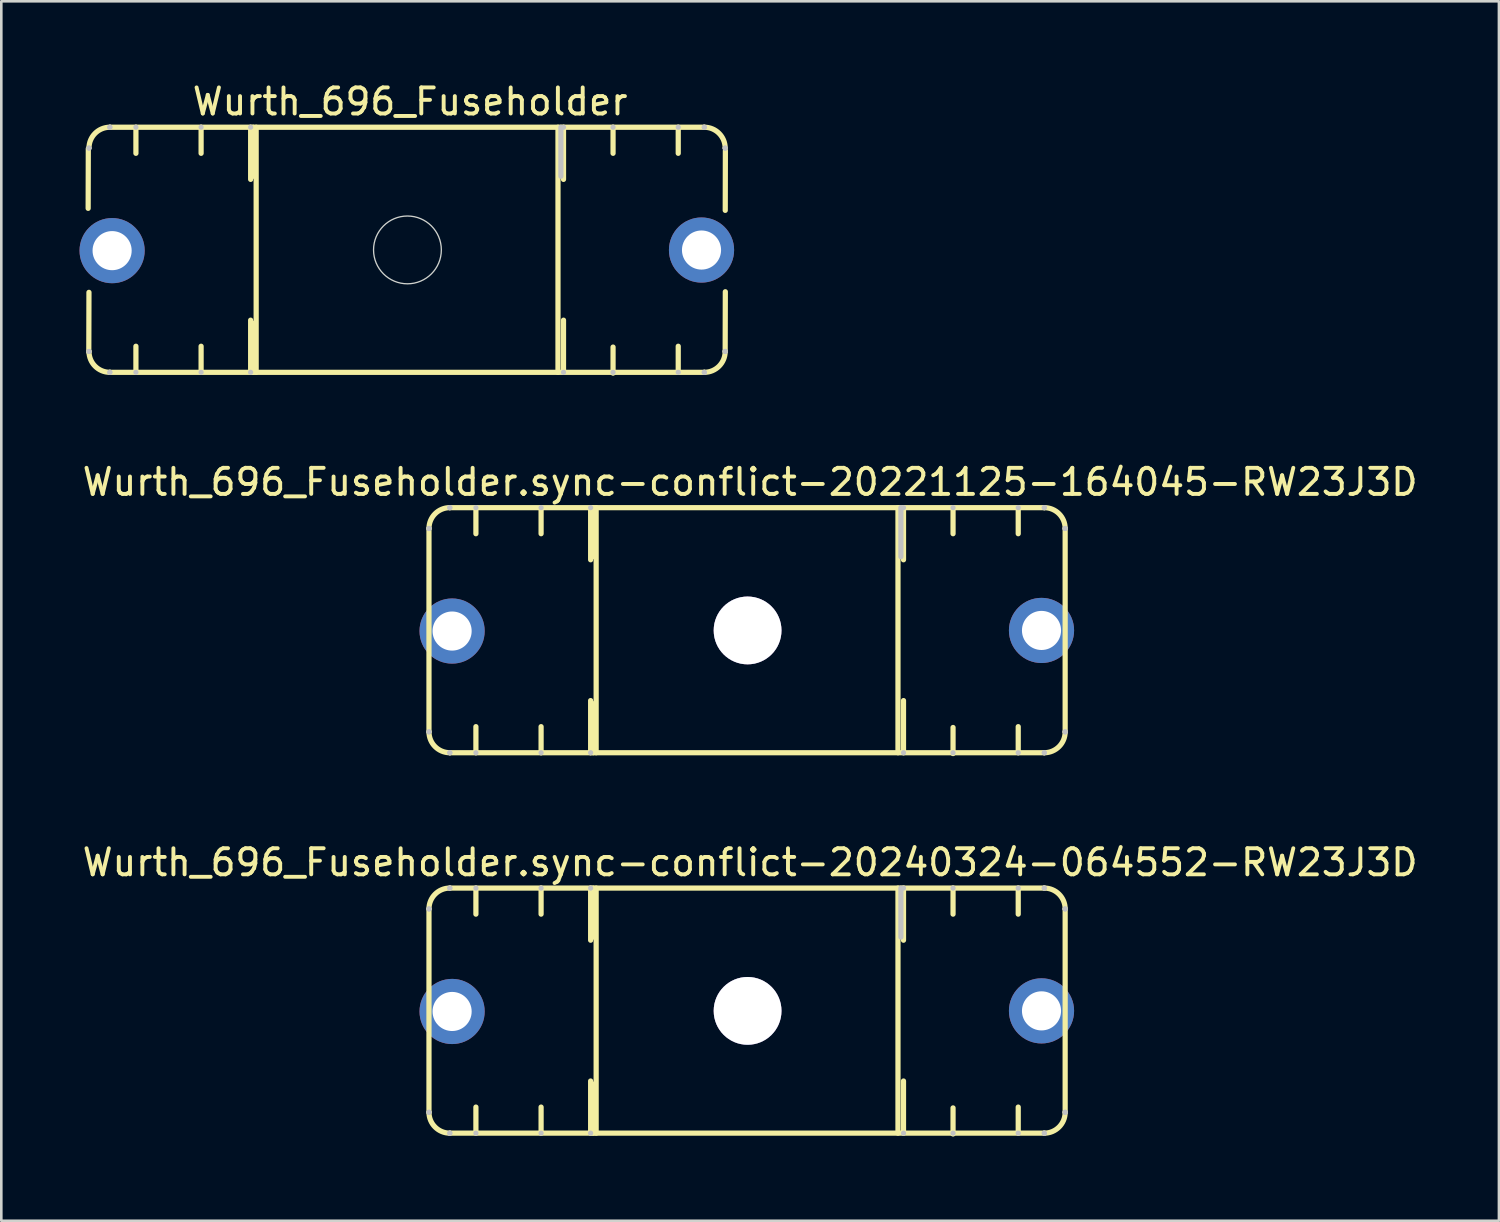
<source format=kicad_pcb>
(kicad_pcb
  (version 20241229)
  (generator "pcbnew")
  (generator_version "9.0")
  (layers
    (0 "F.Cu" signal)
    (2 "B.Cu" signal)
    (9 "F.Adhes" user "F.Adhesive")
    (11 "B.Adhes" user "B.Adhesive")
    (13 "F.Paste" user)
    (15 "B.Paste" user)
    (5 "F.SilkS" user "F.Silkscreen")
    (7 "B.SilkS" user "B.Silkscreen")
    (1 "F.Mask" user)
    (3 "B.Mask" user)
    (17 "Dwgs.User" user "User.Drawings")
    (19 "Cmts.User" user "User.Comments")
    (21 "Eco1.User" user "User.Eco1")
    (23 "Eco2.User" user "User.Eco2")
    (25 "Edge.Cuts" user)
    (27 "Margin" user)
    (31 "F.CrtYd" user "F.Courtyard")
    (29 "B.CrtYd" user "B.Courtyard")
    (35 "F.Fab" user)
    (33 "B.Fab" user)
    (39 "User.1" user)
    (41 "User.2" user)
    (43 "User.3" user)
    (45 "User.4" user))
  (footprint "Wurth_696_Fuseholder"
    (layer "F.Cu")
    (at 0.283 11.34)
    (property "Reference" "Wurth_696_Fuseholder" (at 12.397 -10.492 180) (layer "F.SilkS") (effects (font (size 1 1) (thickness 0.15))))
    (attr through_hole)
    (fp_line (start 0.054 -8.689) (end 0.048 -6.399) (stroke (width 0.2) (type solid)) (layer "F.SilkS"))
    (fp_line (start 0.079 -3.177) (end 0.073 -0.887) (stroke (width 0.2) (type solid)) (layer "F.SilkS"))
    (fp_line (start 0.88 -9.51) (end 23.68 -9.51) (stroke (width 0.2) (type solid)) (layer "F.SilkS"))
    (fp_line (start 0.88 -0.11) (end 23.68 -0.11) (stroke (width 0.2) (type solid)) (layer "F.SilkS"))
    (fp_line (start 1.88 -8.51) (end 1.88 -9.51) (stroke (width 0.2) (type solid)) (layer "F.SilkS"))
    (fp_line (start 1.88 -0.11) (end 1.88 -1.11) (stroke (width 0.2) (type solid)) (layer "F.SilkS"))
    (fp_line (start 4.38 -9.51) (end 4.38 -8.51) (stroke (width 0.2) (type solid)) (layer "F.SilkS"))
    (fp_line (start 4.38 -1.11) (end 4.38 -0.11) (stroke (width 0.2) (type solid)) (layer "F.SilkS"))
    (fp_line (start 6.28 -9.51) (end 6.28 -7.51) (stroke (width 0.2) (type solid)) (layer "F.SilkS"))
    (fp_line (start 6.28 -2.11) (end 6.28 -0.11) (stroke (width 0.2) (type solid)) (layer "F.SilkS"))
    (fp_line (start 6.38 -7.63) (end 6.38 -9.51) (stroke (width 0.2) (type solid)) (layer "F.SilkS"))
    (fp_line (start 6.38 -0.11) (end 6.38 -1.99) (stroke (width 0.2) (type solid)) (layer "F.SilkS"))
    (fp_line (start 6.492 -0.11) (end 6.492 -9.51) (stroke (width 0.2) (type solid)) (layer "F.SilkS"))
    (fp_line (start 18.068 -9.51) (end 18.068 -0.11) (stroke (width 0.2) (type solid)) (layer "F.SilkS"))
    (fp_line (start 18.28 -7.51) (end 18.28 -9.51) (stroke (width 0.2) (type solid)) (layer "F.SilkS"))
    (fp_line (start 18.28 -0.11) (end 18.28 -2.11) (stroke (width 0.2) (type solid)) (layer "F.SilkS"))
    (fp_line (start 20.18 -8.51) (end 20.18 -9.51) (stroke (width 0.2) (type solid)) (layer "F.SilkS"))
    (fp_line (start 20.18 -0.078) (end 20.18 -1.078) (stroke (width 0.2) (type solid)) (layer "F.SilkS"))
    (fp_line (start 22.68 -9.51) (end 22.68 -8.51) (stroke (width 0.2) (type solid)) (layer "F.SilkS"))
    (fp_line (start 22.68 -1.11) (end 22.68 -0.11) (stroke (width 0.2) (type solid)) (layer "F.SilkS"))
    (fp_line (start 24.486 -3.2) (end 24.48 -0.91) (stroke (width 0.2) (type solid)) (layer "F.SilkS"))
    (fp_line (start 24.488 -8.613) (end 24.483 -6.322) (stroke (width 0.2) (type solid)) (layer "F.SilkS"))
    (fp_arc (start 0.080001 -8.710001) (mid 0.314316 -9.275685) (end 0.880001 -9.509999) (stroke (width 0.2) (type solid)) (layer "F.SilkS"))
    (fp_arc (start 0.880001 -0.110001) (mid 0.314316 -0.344315) (end 0.080001 -0.909999) (stroke (width 0.2) (type solid)) (layer "F.SilkS"))
    (fp_arc (start 23.68 -9.51) (mid 24.245685 -9.275685) (end 24.48 -8.71) (stroke (width 0.2) (type solid)) (layer "F.SilkS"))
    (fp_arc (start 24.48 -0.91) (mid 24.245685 -0.344315) (end 23.68 -0.11) (stroke (width 0.2) (type solid)) (layer "F.SilkS"))
    (fp_line (start 0.08 -8.71) (end 0.08 -8.71) (stroke (width 0.2) (type solid)) (layer "Dwgs.User"))
    (fp_line (start 0.08 -8.71) (end 0.08 -8.71) (stroke (width 0.2) (type solid)) (layer "Dwgs.User"))
    (fp_line (start 0.08 -0.91) (end 0.08 -0.91) (stroke (width 0.2) (type solid)) (layer "Dwgs.User"))
    (fp_line (start 0.08 -0.91) (end 0.08 -0.91) (stroke (width 0.2) (type solid)) (layer "Dwgs.User"))
    (fp_line (start 0.88 -9.51) (end 0.88 -9.51) (stroke (width 0.2) (type solid)) (layer "Dwgs.User"))
    (fp_line (start 0.88 -9.51) (end 0.88 -9.51) (stroke (width 0.2) (type solid)) (layer "Dwgs.User"))
    (fp_line (start 0.88 -0.11) (end 0.88 -0.11) (stroke (width 0.2) (type solid)) (layer "Dwgs.User"))
    (fp_line (start 0.88 -0.11) (end 0.88 -0.11) (stroke (width 0.2) (type solid)) (layer "Dwgs.User"))
    (fp_line (start 1.88 -9.51) (end 1.88 -9.51) (stroke (width 0.2) (type solid)) (layer "Dwgs.User"))
    (fp_line (start 1.88 -0.11) (end 1.88 -0.11) (stroke (width 0.2) (type solid)) (layer "Dwgs.User"))
    (fp_line (start 4.38 -9.51) (end 4.38 -9.51) (stroke (width 0.2) (type solid)) (layer "Dwgs.User"))
    (fp_line (start 4.38 -0.11) (end 4.38 -0.11) (stroke (width 0.2) (type solid)) (layer "Dwgs.User"))
    (fp_line (start 6.28 -9.51) (end 6.28 -9.51) (stroke (width 0.2) (type solid)) (layer "Dwgs.User"))
    (fp_line (start 6.28 -0.11) (end 6.28 -0.11) (stroke (width 0.2) (type solid)) (layer "Dwgs.User"))
    (fp_line (start 18.18 -7.63) (end 18.18 -9.51) (stroke (width 0.2) (type solid)) (layer "Dwgs.User"))
    (fp_line (start 18.28 -9.51) (end 18.28 -9.51) (stroke (width 0.2) (type solid)) (layer "Dwgs.User"))
    (fp_line (start 18.28 -0.11) (end 18.28 -0.11) (stroke (width 0.2) (type solid)) (layer "Dwgs.User"))
    (fp_line (start 20.18 -9.51) (end 20.18 -9.51) (stroke (width 0.2) (type solid)) (layer "Dwgs.User"))
    (fp_line (start 20.18 -0.11) (end 20.18 -0.11) (stroke (width 0.2) (type solid)) (layer "Dwgs.User"))
    (fp_line (start 22.68 -9.51) (end 22.68 -9.51) (stroke (width 0.2) (type solid)) (layer "Dwgs.User"))
    (fp_line (start 22.68 -0.11) (end 22.68 -0.11) (stroke (width 0.2) (type solid)) (layer "Dwgs.User"))
    (fp_line (start 23.68 -9.51) (end 23.68 -9.51) (stroke (width 0.2) (type solid)) (layer "Dwgs.User"))
    (fp_line (start 23.68 -9.51) (end 23.68 -9.51) (stroke (width 0.2) (type solid)) (layer "Dwgs.User"))
    (fp_line (start 23.68 -0.11) (end 23.68 -0.11) (stroke (width 0.2) (type solid)) (layer "Dwgs.User"))
    (fp_line (start 23.68 -0.11) (end 23.68 -0.11) (stroke (width 0.2) (type solid)) (layer "Dwgs.User"))
    (fp_line (start 24.48 -8.71) (end 24.48 -8.71) (stroke (width 0.2) (type solid)) (layer "Dwgs.User"))
    (fp_line (start 24.48 -8.71) (end 24.48 -8.71) (stroke (width 0.2) (type solid)) (layer "Dwgs.User"))
    (fp_line (start 24.48 -0.91) (end 24.48 -0.91) (stroke (width 0.2) (type solid)) (layer "Dwgs.User"))
    (fp_line (start 24.48 -0.91) (end 24.48 -0.91) (stroke (width 0.2) (type solid)) (layer "Dwgs.User"))
    (fp_circle (center 12.294 -4.805) (end 13.594 -4.805) (stroke (width 0.05) (type default)) (fill no) (layer "Edge.Cuts"))
    (pad "1" thru_hole circle (at 0.967 -4.777) (size 2.5 2.5) (drill 1.5) (layers "*.Cu" "*.Mask"))
    (pad "2" thru_hole circle (at 23.573 -4.8) (size 2.5 2.5) (drill 1.5) (layers "*.Cu" "*.Mask")))
  (footprint "Wurth_696_Fuseholder.sync-conflict-20240324-064552-RW23J3D"
    (layer "F.Cu")
    (at 13.323 40.521)
    (property "Reference" "Wurth_696_Fuseholder.sync-conflict-20240324-064552-RW23J3D" (at 12.397 -10.492 0) (layer "F.SilkS") (effects (font (size 1 1) (thickness 0.15))))
    (attr through_hole)
    (fp_line (start 0.08 -0.91) (end 0.08 -8.71) (stroke (width 0.2) (type solid)) (layer "F.SilkS"))
    (fp_line (start 0.88 -9.51) (end 23.68 -9.51) (stroke (width 0.2) (type solid)) (layer "F.SilkS"))
    (fp_line (start 0.88 -0.11) (end 23.68 -0.11) (stroke (width 0.2) (type solid)) (layer "F.SilkS"))
    (fp_line (start 1.88 -8.51) (end 1.88 -9.51) (stroke (width 0.2) (type solid)) (layer "F.SilkS"))
    (fp_line (start 1.88 -0.11) (end 1.88 -1.11) (stroke (width 0.2) (type solid)) (layer "F.SilkS"))
    (fp_line (start 4.38 -9.51) (end 4.38 -8.51) (stroke (width 0.2) (type solid)) (layer "F.SilkS"))
    (fp_line (start 4.38 -1.11) (end 4.38 -0.11) (stroke (width 0.2) (type solid)) (layer "F.SilkS"))
    (fp_line (start 6.28 -9.51) (end 6.28 -7.51) (stroke (width 0.2) (type solid)) (layer "F.SilkS"))
    (fp_line (start 6.28 -2.11) (end 6.28 -0.11) (stroke (width 0.2) (type solid)) (layer "F.SilkS"))
    (fp_line (start 6.38 -7.63) (end 6.38 -9.51) (stroke (width 0.2) (type solid)) (layer "F.SilkS"))
    (fp_line (start 6.38 -0.11) (end 6.38 -1.99) (stroke (width 0.2) (type solid)) (layer "F.SilkS"))
    (fp_line (start 6.492 -0.11) (end 6.492 -9.51) (stroke (width 0.2) (type solid)) (layer "F.SilkS"))
    (fp_line (start 18.068 -9.51) (end 18.068 -0.11) (stroke (width 0.2) (type solid)) (layer "F.SilkS"))
    (fp_line (start 18.28 -7.51) (end 18.28 -9.51) (stroke (width 0.2) (type solid)) (layer "F.SilkS"))
    (fp_line (start 18.28 -0.11) (end 18.28 -2.11) (stroke (width 0.2) (type solid)) (layer "F.SilkS"))
    (fp_line (start 20.18 -8.51) (end 20.18 -9.51) (stroke (width 0.2) (type solid)) (layer "F.SilkS"))
    (fp_line (start 20.18 -0.078) (end 20.18 -1.078) (stroke (width 0.2) (type solid)) (layer "F.SilkS"))
    (fp_line (start 22.68 -9.51) (end 22.68 -8.51) (stroke (width 0.2) (type solid)) (layer "F.SilkS"))
    (fp_line (start 22.68 -1.11) (end 22.68 -0.11) (stroke (width 0.2) (type solid)) (layer "F.SilkS"))
    (fp_line (start 24.48 -8.71) (end 24.48 -0.91) (stroke (width 0.2) (type solid)) (layer "F.SilkS"))
    (fp_arc (start 0.080001 -8.710001) (mid 0.314316 -9.275685) (end 0.880001 -9.509999) (stroke (width 0.2) (type solid)) (layer "F.SilkS"))
    (fp_arc (start 0.880001 -0.110001) (mid 0.314316 -0.344315) (end 0.080001 -0.909999) (stroke (width 0.2) (type solid)) (layer "F.SilkS"))
    (fp_arc (start 23.68 -9.51) (mid 24.245685 -9.275685) (end 24.48 -8.71) (stroke (width 0.2) (type solid)) (layer "F.SilkS"))
    (fp_arc (start 24.48 -0.91) (mid 24.245685 -0.344315) (end 23.68 -0.11) (stroke (width 0.2) (type solid)) (layer "F.SilkS"))
    (fp_line (start 0.08 -8.71) (end 0.08 -8.71) (stroke (width 0.2) (type solid)) (layer "Dwgs.User"))
    (fp_line (start 0.08 -8.71) (end 0.08 -8.71) (stroke (width 0.2) (type solid)) (layer "Dwgs.User"))
    (fp_line (start 0.08 -0.91) (end 0.08 -0.91) (stroke (width 0.2) (type solid)) (layer "Dwgs.User"))
    (fp_line (start 0.08 -0.91) (end 0.08 -0.91) (stroke (width 0.2) (type solid)) (layer "Dwgs.User"))
    (fp_line (start 0.88 -9.51) (end 0.88 -9.51) (stroke (width 0.2) (type solid)) (layer "Dwgs.User"))
    (fp_line (start 0.88 -9.51) (end 0.88 -9.51) (stroke (width 0.2) (type solid)) (layer "Dwgs.User"))
    (fp_line (start 0.88 -0.11) (end 0.88 -0.11) (stroke (width 0.2) (type solid)) (layer "Dwgs.User"))
    (fp_line (start 0.88 -0.11) (end 0.88 -0.11) (stroke (width 0.2) (type solid)) (layer "Dwgs.User"))
    (fp_line (start 1.88 -9.51) (end 1.88 -9.51) (stroke (width 0.2) (type solid)) (layer "Dwgs.User"))
    (fp_line (start 1.88 -0.11) (end 1.88 -0.11) (stroke (width 0.2) (type solid)) (layer "Dwgs.User"))
    (fp_line (start 4.38 -9.51) (end 4.38 -9.51) (stroke (width 0.2) (type solid)) (layer "Dwgs.User"))
    (fp_line (start 4.38 -0.11) (end 4.38 -0.11) (stroke (width 0.2) (type solid)) (layer "Dwgs.User"))
    (fp_line (start 6.28 -9.51) (end 6.28 -9.51) (stroke (width 0.2) (type solid)) (layer "Dwgs.User"))
    (fp_line (start 6.28 -0.11) (end 6.28 -0.11) (stroke (width 0.2) (type solid)) (layer "Dwgs.User"))
    (fp_line (start 18.18 -7.63) (end 18.18 -9.51) (stroke (width 0.2) (type solid)) (layer "Dwgs.User"))
    (fp_line (start 18.28 -9.51) (end 18.28 -9.51) (stroke (width 0.2) (type solid)) (layer "Dwgs.User"))
    (fp_line (start 18.28 -0.11) (end 18.28 -0.11) (stroke (width 0.2) (type solid)) (layer "Dwgs.User"))
    (fp_line (start 20.18 -9.51) (end 20.18 -9.51) (stroke (width 0.2) (type solid)) (layer "Dwgs.User"))
    (fp_line (start 20.18 -0.11) (end 20.18 -0.11) (stroke (width 0.2) (type solid)) (layer "Dwgs.User"))
    (fp_line (start 22.68 -9.51) (end 22.68 -9.51) (stroke (width 0.2) (type solid)) (layer "Dwgs.User"))
    (fp_line (start 22.68 -0.11) (end 22.68 -0.11) (stroke (width 0.2) (type solid)) (layer "Dwgs.User"))
    (fp_line (start 23.68 -9.51) (end 23.68 -9.51) (stroke (width 0.2) (type solid)) (layer "Dwgs.User"))
    (fp_line (start 23.68 -9.51) (end 23.68 -9.51) (stroke (width 0.2) (type solid)) (layer "Dwgs.User"))
    (fp_line (start 23.68 -0.11) (end 23.68 -0.11) (stroke (width 0.2) (type solid)) (layer "Dwgs.User"))
    (fp_line (start 23.68 -0.11) (end 23.68 -0.11) (stroke (width 0.2) (type solid)) (layer "Dwgs.User"))
    (fp_line (start 24.48 -8.71) (end 24.48 -8.71) (stroke (width 0.2) (type solid)) (layer "Dwgs.User"))
    (fp_line (start 24.48 -8.71) (end 24.48 -8.71) (stroke (width 0.2) (type solid)) (layer "Dwgs.User"))
    (fp_line (start 24.48 -0.91) (end 24.48 -0.91) (stroke (width 0.2) (type solid)) (layer "Dwgs.User"))
    (fp_line (start 24.48 -0.91) (end 24.48 -0.91) (stroke (width 0.2) (type solid)) (layer "Dwgs.User"))
    (pad "1" thru_hole circle (at 0.967 -4.777) (size 2.5 2.5) (drill 1.5) (layers "*.Cu" "*.Mask"))
    (pad "2" thru_hole circle (at 23.573 -4.8) (size 2.5 2.5) (drill 1.5) (layers "*.Cu" "*.Mask"))
    (pad "3" thru_hole circle (at 12.3 -4.8) (size 2.6 2.6) (drill 2.6) (layers "*.Cu" "*.Mask")))
  (footprint "Wurth_696_Fuseholder.sync-conflict-20221125-164045-RW23J3D"
    (layer "F.Cu")
    (at 13.323 25.93)
    (property "Reference" "Wurth_696_Fuseholder.sync-conflict-20221125-164045-RW23J3D" (at 12.397 -10.492 0) (layer "F.SilkS") (effects (font (size 1 1) (thickness 0.15))))
    (attr through_hole)
    (fp_line (start 0.08 -0.91) (end 0.08 -8.71) (stroke (width 0.2) (type solid)) (layer "F.SilkS"))
    (fp_line (start 0.88 -9.51) (end 23.68 -9.51) (stroke (width 0.2) (type solid)) (layer "F.SilkS"))
    (fp_line (start 0.88 -0.11) (end 23.68 -0.11) (stroke (width 0.2) (type solid)) (layer "F.SilkS"))
    (fp_line (start 1.88 -8.51) (end 1.88 -9.51) (stroke (width 0.2) (type solid)) (layer "F.SilkS"))
    (fp_line (start 1.88 -0.11) (end 1.88 -1.11) (stroke (width 0.2) (type solid)) (layer "F.SilkS"))
    (fp_line (start 4.38 -9.51) (end 4.38 -8.51) (stroke (width 0.2) (type solid)) (layer "F.SilkS"))
    (fp_line (start 4.38 -1.11) (end 4.38 -0.11) (stroke (width 0.2) (type solid)) (layer "F.SilkS"))
    (fp_line (start 6.28 -9.51) (end 6.28 -7.51) (stroke (width 0.2) (type solid)) (layer "F.SilkS"))
    (fp_line (start 6.28 -2.11) (end 6.28 -0.11) (stroke (width 0.2) (type solid)) (layer "F.SilkS"))
    (fp_line (start 6.38 -7.63) (end 6.38 -9.51) (stroke (width 0.2) (type solid)) (layer "F.SilkS"))
    (fp_line (start 6.38 -0.11) (end 6.38 -1.99) (stroke (width 0.2) (type solid)) (layer "F.SilkS"))
    (fp_line (start 6.492 -0.11) (end 6.492 -9.51) (stroke (width 0.2) (type solid)) (layer "F.SilkS"))
    (fp_line (start 18.068 -9.51) (end 18.068 -0.11) (stroke (width 0.2) (type solid)) (layer "F.SilkS"))
    (fp_line (start 18.28 -7.51) (end 18.28 -9.51) (stroke (width 0.2) (type solid)) (layer "F.SilkS"))
    (fp_line (start 18.28 -0.11) (end 18.28 -2.11) (stroke (width 0.2) (type solid)) (layer "F.SilkS"))
    (fp_line (start 20.18 -8.51) (end 20.18 -9.51) (stroke (width 0.2) (type solid)) (layer "F.SilkS"))
    (fp_line (start 20.18 -0.078) (end 20.18 -1.078) (stroke (width 0.2) (type solid)) (layer "F.SilkS"))
    (fp_line (start 22.68 -9.51) (end 22.68 -8.51) (stroke (width 0.2) (type solid)) (layer "F.SilkS"))
    (fp_line (start 22.68 -1.11) (end 22.68 -0.11) (stroke (width 0.2) (type solid)) (layer "F.SilkS"))
    (fp_line (start 24.48 -8.71) (end 24.48 -0.91) (stroke (width 0.2) (type solid)) (layer "F.SilkS"))
    (fp_arc (start 0.080001 -8.710001) (mid 0.314316 -9.275685) (end 0.880001 -9.509999) (stroke (width 0.2) (type solid)) (layer "F.SilkS"))
    (fp_arc (start 0.880001 -0.110001) (mid 0.314316 -0.344315) (end 0.080001 -0.909999) (stroke (width 0.2) (type solid)) (layer "F.SilkS"))
    (fp_arc (start 23.68 -9.51) (mid 24.245685 -9.275685) (end 24.48 -8.71) (stroke (width 0.2) (type solid)) (layer "F.SilkS"))
    (fp_arc (start 24.48 -0.91) (mid 24.245685 -0.344315) (end 23.68 -0.11) (stroke (width 0.2) (type solid)) (layer "F.SilkS"))
    (fp_line (start 0.08 -8.71) (end 0.08 -8.71) (stroke (width 0.2) (type solid)) (layer "Dwgs.User"))
    (fp_line (start 0.08 -8.71) (end 0.08 -8.71) (stroke (width 0.2) (type solid)) (layer "Dwgs.User"))
    (fp_line (start 0.08 -0.91) (end 0.08 -0.91) (stroke (width 0.2) (type solid)) (layer "Dwgs.User"))
    (fp_line (start 0.08 -0.91) (end 0.08 -0.91) (stroke (width 0.2) (type solid)) (layer "Dwgs.User"))
    (fp_line (start 0.88 -9.51) (end 0.88 -9.51) (stroke (width 0.2) (type solid)) (layer "Dwgs.User"))
    (fp_line (start 0.88 -9.51) (end 0.88 -9.51) (stroke (width 0.2) (type solid)) (layer "Dwgs.User"))
    (fp_line (start 0.88 -0.11) (end 0.88 -0.11) (stroke (width 0.2) (type solid)) (layer "Dwgs.User"))
    (fp_line (start 0.88 -0.11) (end 0.88 -0.11) (stroke (width 0.2) (type solid)) (layer "Dwgs.User"))
    (fp_line (start 1.88 -9.51) (end 1.88 -9.51) (stroke (width 0.2) (type solid)) (layer "Dwgs.User"))
    (fp_line (start 1.88 -0.11) (end 1.88 -0.11) (stroke (width 0.2) (type solid)) (layer "Dwgs.User"))
    (fp_line (start 4.38 -9.51) (end 4.38 -9.51) (stroke (width 0.2) (type solid)) (layer "Dwgs.User"))
    (fp_line (start 4.38 -0.11) (end 4.38 -0.11) (stroke (width 0.2) (type solid)) (layer "Dwgs.User"))
    (fp_line (start 6.28 -9.51) (end 6.28 -9.51) (stroke (width 0.2) (type solid)) (layer "Dwgs.User"))
    (fp_line (start 6.28 -0.11) (end 6.28 -0.11) (stroke (width 0.2) (type solid)) (layer "Dwgs.User"))
    (fp_line (start 18.18 -7.63) (end 18.18 -9.51) (stroke (width 0.2) (type solid)) (layer "Dwgs.User"))
    (fp_line (start 18.28 -9.51) (end 18.28 -9.51) (stroke (width 0.2) (type solid)) (layer "Dwgs.User"))
    (fp_line (start 18.28 -0.11) (end 18.28 -0.11) (stroke (width 0.2) (type solid)) (layer "Dwgs.User"))
    (fp_line (start 20.18 -9.51) (end 20.18 -9.51) (stroke (width 0.2) (type solid)) (layer "Dwgs.User"))
    (fp_line (start 20.18 -0.11) (end 20.18 -0.11) (stroke (width 0.2) (type solid)) (layer "Dwgs.User"))
    (fp_line (start 22.68 -9.51) (end 22.68 -9.51) (stroke (width 0.2) (type solid)) (layer "Dwgs.User"))
    (fp_line (start 22.68 -0.11) (end 22.68 -0.11) (stroke (width 0.2) (type solid)) (layer "Dwgs.User"))
    (fp_line (start 23.68 -9.51) (end 23.68 -9.51) (stroke (width 0.2) (type solid)) (layer "Dwgs.User"))
    (fp_line (start 23.68 -9.51) (end 23.68 -9.51) (stroke (width 0.2) (type solid)) (layer "Dwgs.User"))
    (fp_line (start 23.68 -0.11) (end 23.68 -0.11) (stroke (width 0.2) (type solid)) (layer "Dwgs.User"))
    (fp_line (start 23.68 -0.11) (end 23.68 -0.11) (stroke (width 0.2) (type solid)) (layer "Dwgs.User"))
    (fp_line (start 24.48 -8.71) (end 24.48 -8.71) (stroke (width 0.2) (type solid)) (layer "Dwgs.User"))
    (fp_line (start 24.48 -8.71) (end 24.48 -8.71) (stroke (width 0.2) (type solid)) (layer "Dwgs.User"))
    (fp_line (start 24.48 -0.91) (end 24.48 -0.91) (stroke (width 0.2) (type solid)) (layer "Dwgs.User"))
    (fp_line (start 24.48 -0.91) (end 24.48 -0.91) (stroke (width 0.2) (type solid)) (layer "Dwgs.User"))
    (pad "1" thru_hole circle (at 0.967 -4.777) (size 2.5 2.5) (drill 1.5) (layers "*.Cu" "*.Mask"))
    (pad "2" thru_hole circle (at 23.573 -4.8) (size 2.5 2.5) (drill 1.5) (layers "*.Cu" "*.Mask"))
    (pad "3" thru_hole circle (at 12.3 -4.8) (size 2.6 2.6) (drill 2.6) (layers "*.Cu" "*.Mask")))
  (gr_rect
    (start -3 -3)
    (end 54.44 43.771)
    (stroke (width 0.1) (type default))
    (fill no)
    (layer "Edge.Cuts")))
</source>
